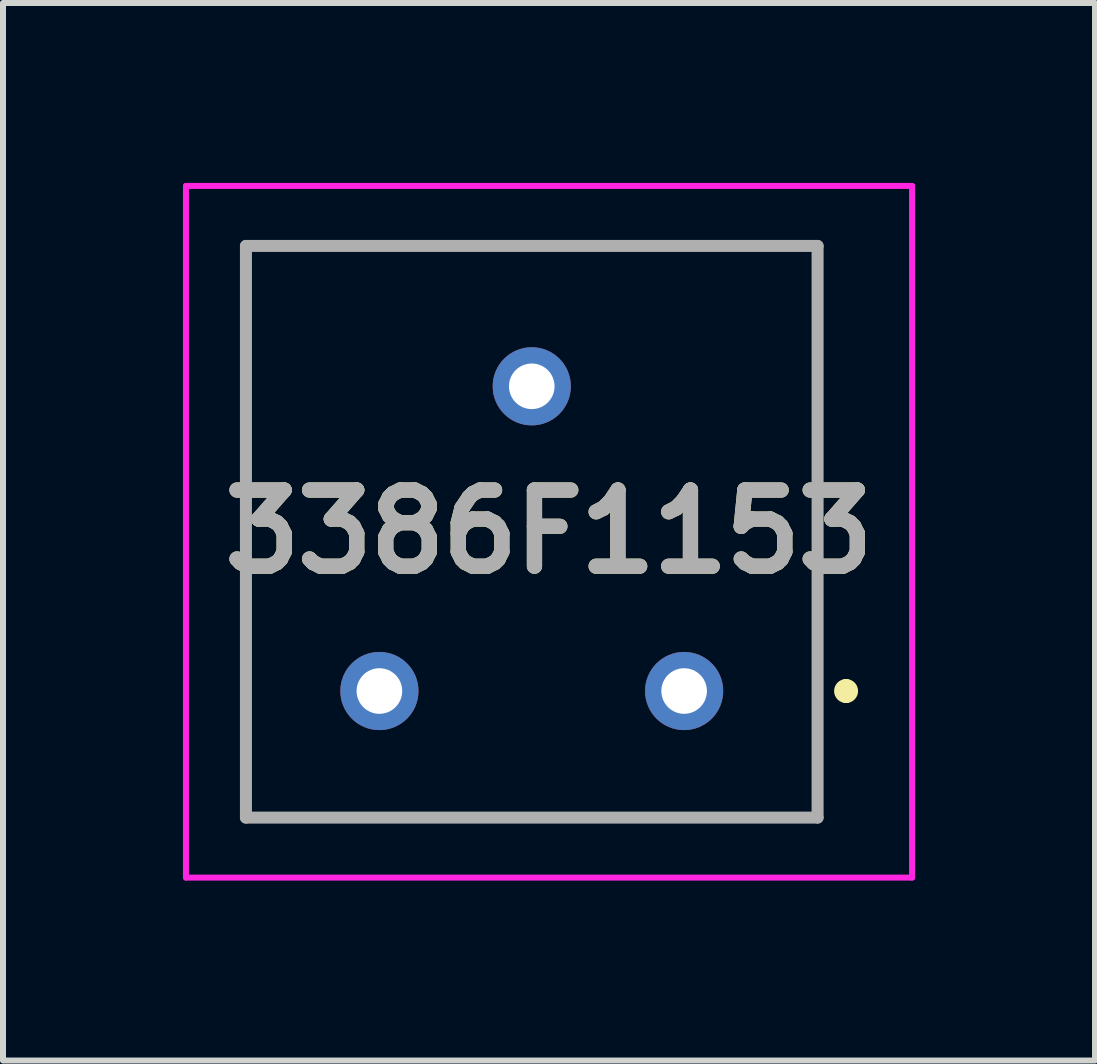
<source format=kicad_pcb>
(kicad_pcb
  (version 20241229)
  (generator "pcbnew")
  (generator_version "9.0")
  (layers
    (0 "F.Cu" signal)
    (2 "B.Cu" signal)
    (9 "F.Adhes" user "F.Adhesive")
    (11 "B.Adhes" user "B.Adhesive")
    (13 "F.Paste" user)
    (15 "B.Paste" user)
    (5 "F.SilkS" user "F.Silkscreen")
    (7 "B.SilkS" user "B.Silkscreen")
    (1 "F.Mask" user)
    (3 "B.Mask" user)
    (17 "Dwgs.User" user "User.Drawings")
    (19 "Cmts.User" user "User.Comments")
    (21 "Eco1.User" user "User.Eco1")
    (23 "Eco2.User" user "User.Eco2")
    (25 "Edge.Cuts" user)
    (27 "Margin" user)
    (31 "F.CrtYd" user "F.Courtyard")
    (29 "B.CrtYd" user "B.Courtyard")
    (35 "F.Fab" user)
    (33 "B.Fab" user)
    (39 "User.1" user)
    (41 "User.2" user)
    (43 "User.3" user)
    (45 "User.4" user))
  (footprint "3386F1153"
    (layer "F.Cu")
    (at 8.355 8.47)
    (property "Reference" "3386F1153" (at -2.253 -2.655 0) (layer "F.SilkS") (effects (font (size 1.27 1.27) (thickness 0.254))))
    (attr through_hole)
    (fp_line (start -7.305 -7.42) (end -7.305 2.11) (stroke (width 0.1) (type solid)) (layer "F.SilkS"))
    (fp_line (start -7.305 2.11) (end 2.225 2.11) (stroke (width 0.1) (type solid)) (layer "F.SilkS"))
    (fp_line (start 2.225 -7.42) (end -7.305 -7.42) (stroke (width 0.1) (type solid)) (layer "F.SilkS"))
    (fp_line (start 2.225 2.11) (end 2.225 -7.42) (stroke (width 0.1) (type solid)) (layer "F.SilkS"))
    (fp_line (start 2.7 -0.1) (end 2.7 -0.1) (stroke (width 0.2) (type solid)) (layer "F.SilkS"))
    (fp_line (start 2.7 0.1) (end 2.7 0.1) (stroke (width 0.2) (type solid)) (layer "F.SilkS"))
    (fp_arc (start 2.7 -0.1) (mid 2.8 0) (end 2.7 0.1) (stroke (width 0.2) (type solid)) (layer "F.SilkS"))
    (fp_arc (start 2.7 0.1) (mid 2.6 0) (end 2.7 -0.1) (stroke (width 0.2) (type solid)) (layer "F.SilkS"))
    (fp_line (start -8.305 -8.42) (end -8.305 3.11) (stroke (width 0.1) (type solid)) (layer "F.CrtYd"))
    (fp_line (start -8.305 3.11) (end 3.8 3.11) (stroke (width 0.1) (type solid)) (layer "F.CrtYd"))
    (fp_line (start 3.8 -8.42) (end -8.305 -8.42) (stroke (width 0.1) (type solid)) (layer "F.CrtYd"))
    (fp_line (start 3.8 3.11) (end 3.8 -8.42) (stroke (width 0.1) (type solid)) (layer "F.CrtYd"))
    (fp_line (start -7.305 -7.42) (end -7.305 2.11) (stroke (width 0.2) (type solid)) (layer "F.Fab"))
    (fp_line (start -7.305 2.11) (end 2.225 2.11) (stroke (width 0.2) (type solid)) (layer "F.Fab"))
    (fp_line (start 2.225 -7.42) (end -7.305 -7.42) (stroke (width 0.2) (type solid)) (layer "F.Fab"))
    (fp_line (start 2.225 2.11) (end 2.225 -7.42) (stroke (width 0.2) (type solid)) (layer "F.Fab"))
    (fp_text user "${REFERENCE}" (at -2.253 -2.655 0) (layer "F.Fab") (effects (font (size 1.27 1.27) (thickness 0.254))))
    (pad "1" thru_hole circle (at 0 0) (size 1.303 1.303) (drill 0.76) (layers "*.Cu" "*.Mask"))
    (pad "2" thru_hole circle (at -2.54 -5.08) (size 1.303 1.303) (drill 0.76) (layers "*.Cu" "*.Mask"))
    (pad "3" thru_hole circle (at -5.08 0) (size 1.303 1.303) (drill 0.76) (layers "*.Cu" "*.Mask")))
  (gr_rect
    (start -3 -3)
    (end 15.205 14.63)
    (stroke (width 0.1) (type default))
    (fill no)
    (layer "Edge.Cuts")))
</source>
